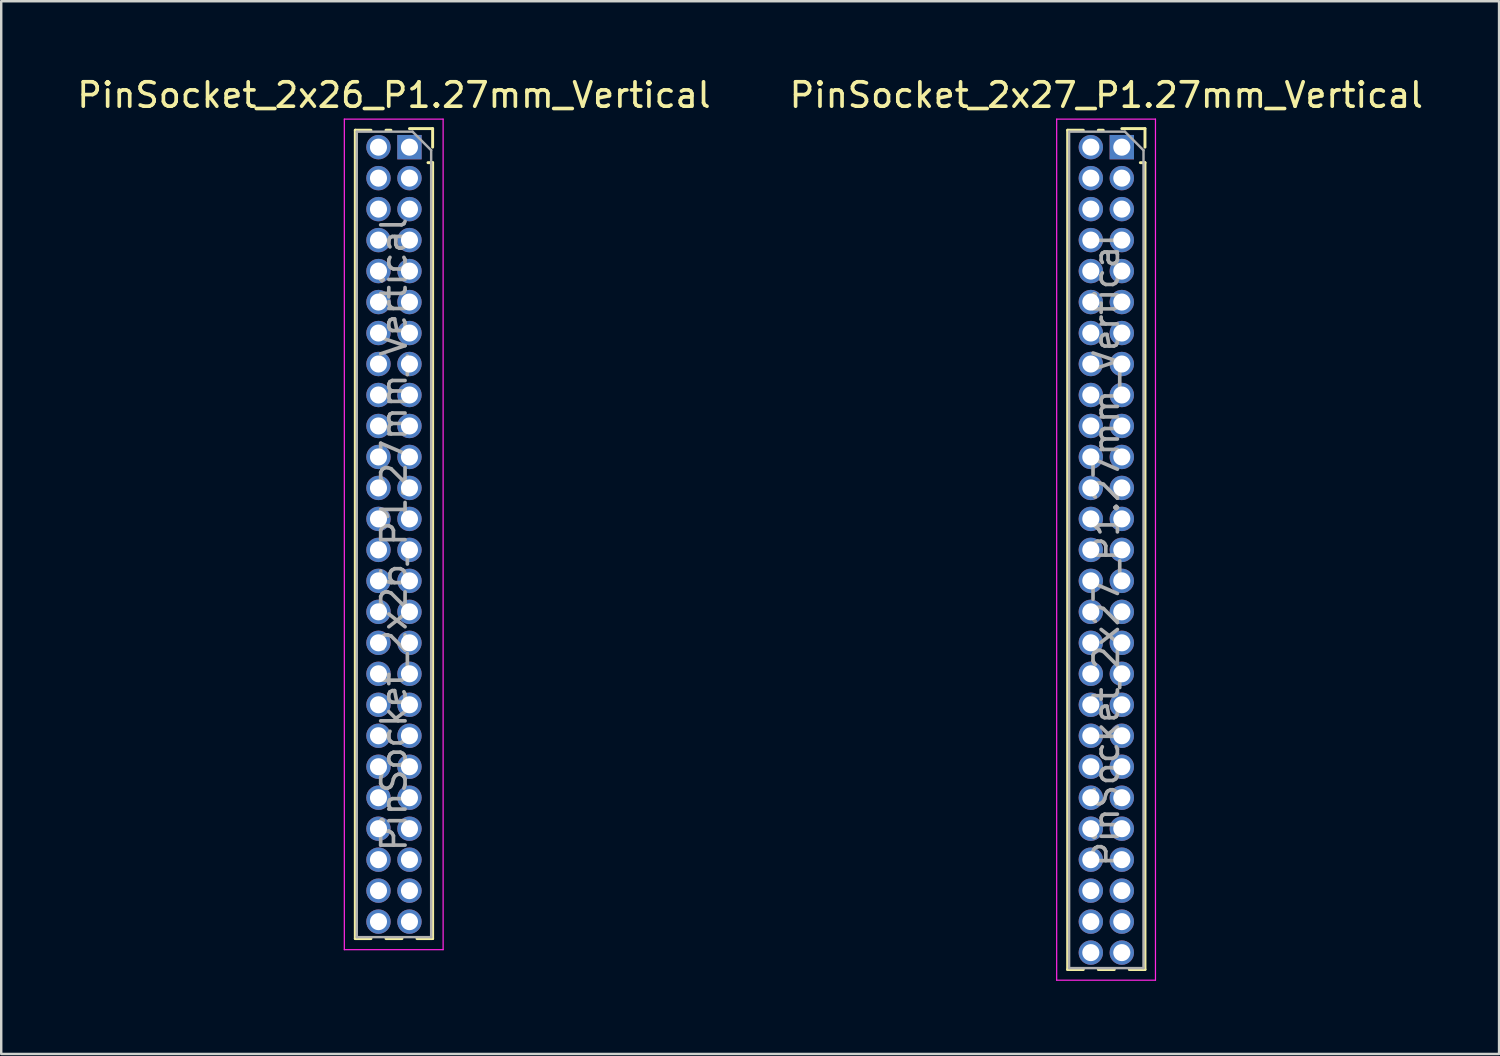
<source format=kicad_pcb>
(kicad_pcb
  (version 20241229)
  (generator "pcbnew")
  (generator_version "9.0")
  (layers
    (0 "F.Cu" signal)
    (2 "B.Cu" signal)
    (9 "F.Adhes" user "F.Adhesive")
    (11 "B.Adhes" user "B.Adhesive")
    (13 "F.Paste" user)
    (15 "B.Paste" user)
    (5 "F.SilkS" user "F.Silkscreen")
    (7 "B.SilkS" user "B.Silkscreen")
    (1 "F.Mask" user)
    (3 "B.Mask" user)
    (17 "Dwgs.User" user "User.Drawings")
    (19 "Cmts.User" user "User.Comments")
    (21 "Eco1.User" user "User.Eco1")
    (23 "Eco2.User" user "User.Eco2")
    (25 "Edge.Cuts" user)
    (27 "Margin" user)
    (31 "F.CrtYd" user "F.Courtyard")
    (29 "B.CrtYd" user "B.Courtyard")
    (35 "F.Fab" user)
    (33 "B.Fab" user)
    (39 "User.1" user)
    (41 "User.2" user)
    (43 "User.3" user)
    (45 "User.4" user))
  (footprint "PinSocket_2x26_P1.27mm_Vertical"
    (layer "F.Cu")
    (at 13.736 2.983)
    (property "Reference" "PinSocket_2x26_P1.27mm_Vertical" (at -0.635 -2.135 0) (layer "F.SilkS") (effects (font (size 1 1) (thickness 0.15))))
    (attr through_hole)
    (fp_line (start -2.22 -0.695) (end -2.22 32.445) (stroke (width 0.12) (type solid)) (layer "F.SilkS"))
    (fp_line (start -2.22 -0.695) (end -1.578 -0.695) (stroke (width 0.12) (type solid)) (layer "F.SilkS"))
    (fp_line (start -2.22 32.445) (end -1.578 32.445) (stroke (width 0.12) (type solid)) (layer "F.SilkS"))
    (fp_line (start -0.962 -0.695) (end -0.76 -0.695) (stroke (width 0.12) (type solid)) (layer "F.SilkS"))
    (fp_line (start -0.962 32.445) (end -0.308 32.445) (stroke (width 0.12) (type solid)) (layer "F.SilkS"))
    (fp_line (start 0 -0.76) (end 0.95 -0.76) (stroke (width 0.12) (type solid)) (layer "F.SilkS"))
    (fp_line (start 0.308 32.445) (end 0.95 32.445) (stroke (width 0.12) (type solid)) (layer "F.SilkS"))
    (fp_line (start 0.76 0.635) (end 0.95 0.635) (stroke (width 0.12) (type solid)) (layer "F.SilkS"))
    (fp_line (start 0.95 -0.76) (end 0.95 0) (stroke (width 0.12) (type solid)) (layer "F.SilkS"))
    (fp_line (start 0.95 0.635) (end 0.95 32.445) (stroke (width 0.12) (type solid)) (layer "F.SilkS"))
    (fp_line (start -2.67 -1.15) (end 1.38 -1.15) (stroke (width 0.05) (type solid)) (layer "F.CrtYd"))
    (fp_line (start -2.67 32.9) (end -2.67 -1.15) (stroke (width 0.05) (type solid)) (layer "F.CrtYd"))
    (fp_line (start 1.38 -1.15) (end 1.38 32.9) (stroke (width 0.05) (type solid)) (layer "F.CrtYd"))
    (fp_line (start 1.38 32.9) (end -2.67 32.9) (stroke (width 0.05) (type solid)) (layer "F.CrtYd"))
    (fp_line (start -2.16 -0.635) (end 0.128 -0.635) (stroke (width 0.1) (type solid)) (layer "F.Fab"))
    (fp_line (start -2.16 32.385) (end -2.16 -0.635) (stroke (width 0.1) (type solid)) (layer "F.Fab"))
    (fp_line (start 0.128 -0.635) (end 0.89 0.128) (stroke (width 0.1) (type solid)) (layer "F.Fab"))
    (fp_line (start 0.89 0.128) (end 0.89 32.385) (stroke (width 0.1) (type solid)) (layer "F.Fab"))
    (fp_line (start 0.89 32.385) (end -2.16 32.385) (stroke (width 0.1) (type solid)) (layer "F.Fab"))
    (fp_text user "${REFERENCE}" (at -0.635 15.875 90) (layer "F.Fab") (effects (font (size 1 1) (thickness 0.15))))
    (pad "1" thru_hole rect (at 0 0) (size 1 1) (drill 0.7) (layers "*.Cu" "*.Mask"))
    (pad "2" thru_hole oval (at -1.27 0) (size 1 1) (drill 0.7) (layers "*.Cu" "*.Mask"))
    (pad "3" thru_hole oval (at 0 1.27) (size 1 1) (drill 0.7) (layers "*.Cu" "*.Mask"))
    (pad "4" thru_hole oval (at -1.27 1.27) (size 1 1) (drill 0.7) (layers "*.Cu" "*.Mask"))
    (pad "5" thru_hole oval (at 0 2.54) (size 1 1) (drill 0.7) (layers "*.Cu" "*.Mask"))
    (pad "6" thru_hole oval (at -1.27 2.54) (size 1 1) (drill 0.7) (layers "*.Cu" "*.Mask"))
    (pad "7" thru_hole oval (at 0 3.81) (size 1 1) (drill 0.7) (layers "*.Cu" "*.Mask"))
    (pad "8" thru_hole oval (at -1.27 3.81) (size 1 1) (drill 0.7) (layers "*.Cu" "*.Mask"))
    (pad "9" thru_hole oval (at 0 5.08) (size 1 1) (drill 0.7) (layers "*.Cu" "*.Mask"))
    (pad "10" thru_hole oval (at -1.27 5.08) (size 1 1) (drill 0.7) (layers "*.Cu" "*.Mask"))
    (pad "11" thru_hole oval (at 0 6.35) (size 1 1) (drill 0.7) (layers "*.Cu" "*.Mask"))
    (pad "12" thru_hole oval (at -1.27 6.35) (size 1 1) (drill 0.7) (layers "*.Cu" "*.Mask"))
    (pad "13" thru_hole oval (at 0 7.62) (size 1 1) (drill 0.7) (layers "*.Cu" "*.Mask"))
    (pad "14" thru_hole oval (at -1.27 7.62) (size 1 1) (drill 0.7) (layers "*.Cu" "*.Mask"))
    (pad "15" thru_hole oval (at 0 8.89) (size 1 1) (drill 0.7) (layers "*.Cu" "*.Mask"))
    (pad "16" thru_hole oval (at -1.27 8.89) (size 1 1) (drill 0.7) (layers "*.Cu" "*.Mask"))
    (pad "17" thru_hole oval (at 0 10.16) (size 1 1) (drill 0.7) (layers "*.Cu" "*.Mask"))
    (pad "18" thru_hole oval (at -1.27 10.16) (size 1 1) (drill 0.7) (layers "*.Cu" "*.Mask"))
    (pad "19" thru_hole oval (at 0 11.43) (size 1 1) (drill 0.7) (layers "*.Cu" "*.Mask"))
    (pad "20" thru_hole oval (at -1.27 11.43) (size 1 1) (drill 0.7) (layers "*.Cu" "*.Mask"))
    (pad "21" thru_hole oval (at 0 12.7) (size 1 1) (drill 0.7) (layers "*.Cu" "*.Mask"))
    (pad "22" thru_hole oval (at -1.27 12.7) (size 1 1) (drill 0.7) (layers "*.Cu" "*.Mask"))
    (pad "23" thru_hole oval (at 0 13.97) (size 1 1) (drill 0.7) (layers "*.Cu" "*.Mask"))
    (pad "24" thru_hole oval (at -1.27 13.97) (size 1 1) (drill 0.7) (layers "*.Cu" "*.Mask"))
    (pad "25" thru_hole oval (at 0 15.24) (size 1 1) (drill 0.7) (layers "*.Cu" "*.Mask"))
    (pad "26" thru_hole oval (at -1.27 15.24) (size 1 1) (drill 0.7) (layers "*.Cu" "*.Mask"))
    (pad "27" thru_hole oval (at 0 16.51) (size 1 1) (drill 0.7) (layers "*.Cu" "*.Mask"))
    (pad "28" thru_hole oval (at -1.27 16.51) (size 1 1) (drill 0.7) (layers "*.Cu" "*.Mask"))
    (pad "29" thru_hole oval (at 0 17.78) (size 1 1) (drill 0.7) (layers "*.Cu" "*.Mask"))
    (pad "30" thru_hole oval (at -1.27 17.78) (size 1 1) (drill 0.7) (layers "*.Cu" "*.Mask"))
    (pad "31" thru_hole oval (at 0 19.05) (size 1 1) (drill 0.7) (layers "*.Cu" "*.Mask"))
    (pad "32" thru_hole oval (at -1.27 19.05) (size 1 1) (drill 0.7) (layers "*.Cu" "*.Mask"))
    (pad "33" thru_hole oval (at 0 20.32) (size 1 1) (drill 0.7) (layers "*.Cu" "*.Mask"))
    (pad "34" thru_hole oval (at -1.27 20.32) (size 1 1) (drill 0.7) (layers "*.Cu" "*.Mask"))
    (pad "35" thru_hole oval (at 0 21.59) (size 1 1) (drill 0.7) (layers "*.Cu" "*.Mask"))
    (pad "36" thru_hole oval (at -1.27 21.59) (size 1 1) (drill 0.7) (layers "*.Cu" "*.Mask"))
    (pad "37" thru_hole oval (at 0 22.86) (size 1 1) (drill 0.7) (layers "*.Cu" "*.Mask"))
    (pad "38" thru_hole oval (at -1.27 22.86) (size 1 1) (drill 0.7) (layers "*.Cu" "*.Mask"))
    (pad "39" thru_hole oval (at 0 24.13) (size 1 1) (drill 0.7) (layers "*.Cu" "*.Mask"))
    (pad "40" thru_hole oval (at -1.27 24.13) (size 1 1) (drill 0.7) (layers "*.Cu" "*.Mask"))
    (pad "41" thru_hole oval (at 0 25.4) (size 1 1) (drill 0.7) (layers "*.Cu" "*.Mask"))
    (pad "42" thru_hole oval (at -1.27 25.4) (size 1 1) (drill 0.7) (layers "*.Cu" "*.Mask"))
    (pad "43" thru_hole oval (at 0 26.67) (size 1 1) (drill 0.7) (layers "*.Cu" "*.Mask"))
    (pad "44" thru_hole oval (at -1.27 26.67) (size 1 1) (drill 0.7) (layers "*.Cu" "*.Mask"))
    (pad "45" thru_hole oval (at 0 27.94) (size 1 1) (drill 0.7) (layers "*.Cu" "*.Mask"))
    (pad "46" thru_hole oval (at -1.27 27.94) (size 1 1) (drill 0.7) (layers "*.Cu" "*.Mask"))
    (pad "47" thru_hole oval (at 0 29.21) (size 1 1) (drill 0.7) (layers "*.Cu" "*.Mask"))
    (pad "48" thru_hole oval (at -1.27 29.21) (size 1 1) (drill 0.7) (layers "*.Cu" "*.Mask"))
    (pad "49" thru_hole oval (at 0 30.48) (size 1 1) (drill 0.7) (layers "*.Cu" "*.Mask"))
    (pad "50" thru_hole oval (at -1.27 30.48) (size 1 1) (drill 0.7) (layers "*.Cu" "*.Mask"))
    (pad "51" thru_hole oval (at 0 31.75) (size 1 1) (drill 0.7) (layers "*.Cu" "*.Mask"))
    (pad "52" thru_hole oval (at -1.27 31.75) (size 1 1) (drill 0.7) (layers "*.Cu" "*.Mask")))
  (footprint "PinSocket_2x27_P1.27mm_Vertical"
    (layer "F.Cu")
    (at 42.939 2.983)
    (property "Reference" "PinSocket_2x27_P1.27mm_Vertical" (at -0.635 -2.135 0) (layer "F.SilkS") (effects (font (size 1 1) (thickness 0.15))))
    (attr through_hole)
    (fp_line (start -2.22 -0.695) (end -2.22 33.715) (stroke (width 0.12) (type solid)) (layer "F.SilkS"))
    (fp_line (start -2.22 -0.695) (end -1.578 -0.695) (stroke (width 0.12) (type solid)) (layer "F.SilkS"))
    (fp_line (start -2.22 33.715) (end -1.578 33.715) (stroke (width 0.12) (type solid)) (layer "F.SilkS"))
    (fp_line (start -0.962 -0.695) (end -0.76 -0.695) (stroke (width 0.12) (type solid)) (layer "F.SilkS"))
    (fp_line (start -0.962 33.715) (end -0.308 33.715) (stroke (width 0.12) (type solid)) (layer "F.SilkS"))
    (fp_line (start 0 -0.76) (end 0.95 -0.76) (stroke (width 0.12) (type solid)) (layer "F.SilkS"))
    (fp_line (start 0.308 33.715) (end 0.95 33.715) (stroke (width 0.12) (type solid)) (layer "F.SilkS"))
    (fp_line (start 0.76 0.635) (end 0.95 0.635) (stroke (width 0.12) (type solid)) (layer "F.SilkS"))
    (fp_line (start 0.95 -0.76) (end 0.95 0) (stroke (width 0.12) (type solid)) (layer "F.SilkS"))
    (fp_line (start 0.95 0.635) (end 0.95 33.715) (stroke (width 0.12) (type solid)) (layer "F.SilkS"))
    (fp_line (start -2.67 -1.15) (end 1.38 -1.15) (stroke (width 0.05) (type solid)) (layer "F.CrtYd"))
    (fp_line (start -2.67 34.15) (end -2.67 -1.15) (stroke (width 0.05) (type solid)) (layer "F.CrtYd"))
    (fp_line (start 1.38 -1.15) (end 1.38 34.15) (stroke (width 0.05) (type solid)) (layer "F.CrtYd"))
    (fp_line (start 1.38 34.15) (end -2.67 34.15) (stroke (width 0.05) (type solid)) (layer "F.CrtYd"))
    (fp_line (start -2.16 -0.635) (end 0.128 -0.635) (stroke (width 0.1) (type solid)) (layer "F.Fab"))
    (fp_line (start -2.16 33.655) (end -2.16 -0.635) (stroke (width 0.1) (type solid)) (layer "F.Fab"))
    (fp_line (start 0.128 -0.635) (end 0.89 0.128) (stroke (width 0.1) (type solid)) (layer "F.Fab"))
    (fp_line (start 0.89 0.128) (end 0.89 33.655) (stroke (width 0.1) (type solid)) (layer "F.Fab"))
    (fp_line (start 0.89 33.655) (end -2.16 33.655) (stroke (width 0.1) (type solid)) (layer "F.Fab"))
    (fp_text user "${REFERENCE}" (at -0.635 16.51 90) (layer "F.Fab") (effects (font (size 1 1) (thickness 0.15))))
    (pad "1" thru_hole rect (at 0 0) (size 1 1) (drill 0.7) (layers "*.Cu" "*.Mask"))
    (pad "2" thru_hole oval (at -1.27 0) (size 1 1) (drill 0.7) (layers "*.Cu" "*.Mask"))
    (pad "3" thru_hole oval (at 0 1.27) (size 1 1) (drill 0.7) (layers "*.Cu" "*.Mask"))
    (pad "4" thru_hole oval (at -1.27 1.27) (size 1 1) (drill 0.7) (layers "*.Cu" "*.Mask"))
    (pad "5" thru_hole oval (at 0 2.54) (size 1 1) (drill 0.7) (layers "*.Cu" "*.Mask"))
    (pad "6" thru_hole oval (at -1.27 2.54) (size 1 1) (drill 0.7) (layers "*.Cu" "*.Mask"))
    (pad "7" thru_hole oval (at 0 3.81) (size 1 1) (drill 0.7) (layers "*.Cu" "*.Mask"))
    (pad "8" thru_hole oval (at -1.27 3.81) (size 1 1) (drill 0.7) (layers "*.Cu" "*.Mask"))
    (pad "9" thru_hole oval (at 0 5.08) (size 1 1) (drill 0.7) (layers "*.Cu" "*.Mask"))
    (pad "10" thru_hole oval (at -1.27 5.08) (size 1 1) (drill 0.7) (layers "*.Cu" "*.Mask"))
    (pad "11" thru_hole oval (at 0 6.35) (size 1 1) (drill 0.7) (layers "*.Cu" "*.Mask"))
    (pad "12" thru_hole oval (at -1.27 6.35) (size 1 1) (drill 0.7) (layers "*.Cu" "*.Mask"))
    (pad "13" thru_hole oval (at 0 7.62) (size 1 1) (drill 0.7) (layers "*.Cu" "*.Mask"))
    (pad "14" thru_hole oval (at -1.27 7.62) (size 1 1) (drill 0.7) (layers "*.Cu" "*.Mask"))
    (pad "15" thru_hole oval (at 0 8.89) (size 1 1) (drill 0.7) (layers "*.Cu" "*.Mask"))
    (pad "16" thru_hole oval (at -1.27 8.89) (size 1 1) (drill 0.7) (layers "*.Cu" "*.Mask"))
    (pad "17" thru_hole oval (at 0 10.16) (size 1 1) (drill 0.7) (layers "*.Cu" "*.Mask"))
    (pad "18" thru_hole oval (at -1.27 10.16) (size 1 1) (drill 0.7) (layers "*.Cu" "*.Mask"))
    (pad "19" thru_hole oval (at 0 11.43) (size 1 1) (drill 0.7) (layers "*.Cu" "*.Mask"))
    (pad "20" thru_hole oval (at -1.27 11.43) (size 1 1) (drill 0.7) (layers "*.Cu" "*.Mask"))
    (pad "21" thru_hole oval (at 0 12.7) (size 1 1) (drill 0.7) (layers "*.Cu" "*.Mask"))
    (pad "22" thru_hole oval (at -1.27 12.7) (size 1 1) (drill 0.7) (layers "*.Cu" "*.Mask"))
    (pad "23" thru_hole oval (at 0 13.97) (size 1 1) (drill 0.7) (layers "*.Cu" "*.Mask"))
    (pad "24" thru_hole oval (at -1.27 13.97) (size 1 1) (drill 0.7) (layers "*.Cu" "*.Mask"))
    (pad "25" thru_hole oval (at 0 15.24) (size 1 1) (drill 0.7) (layers "*.Cu" "*.Mask"))
    (pad "26" thru_hole oval (at -1.27 15.24) (size 1 1) (drill 0.7) (layers "*.Cu" "*.Mask"))
    (pad "27" thru_hole oval (at 0 16.51) (size 1 1) (drill 0.7) (layers "*.Cu" "*.Mask"))
    (pad "28" thru_hole oval (at -1.27 16.51) (size 1 1) (drill 0.7) (layers "*.Cu" "*.Mask"))
    (pad "29" thru_hole oval (at 0 17.78) (size 1 1) (drill 0.7) (layers "*.Cu" "*.Mask"))
    (pad "30" thru_hole oval (at -1.27 17.78) (size 1 1) (drill 0.7) (layers "*.Cu" "*.Mask"))
    (pad "31" thru_hole oval (at 0 19.05) (size 1 1) (drill 0.7) (layers "*.Cu" "*.Mask"))
    (pad "32" thru_hole oval (at -1.27 19.05) (size 1 1) (drill 0.7) (layers "*.Cu" "*.Mask"))
    (pad "33" thru_hole oval (at 0 20.32) (size 1 1) (drill 0.7) (layers "*.Cu" "*.Mask"))
    (pad "34" thru_hole oval (at -1.27 20.32) (size 1 1) (drill 0.7) (layers "*.Cu" "*.Mask"))
    (pad "35" thru_hole oval (at 0 21.59) (size 1 1) (drill 0.7) (layers "*.Cu" "*.Mask"))
    (pad "36" thru_hole oval (at -1.27 21.59) (size 1 1) (drill 0.7) (layers "*.Cu" "*.Mask"))
    (pad "37" thru_hole oval (at 0 22.86) (size 1 1) (drill 0.7) (layers "*.Cu" "*.Mask"))
    (pad "38" thru_hole oval (at -1.27 22.86) (size 1 1) (drill 0.7) (layers "*.Cu" "*.Mask"))
    (pad "39" thru_hole oval (at 0 24.13) (size 1 1) (drill 0.7) (layers "*.Cu" "*.Mask"))
    (pad "40" thru_hole oval (at -1.27 24.13) (size 1 1) (drill 0.7) (layers "*.Cu" "*.Mask"))
    (pad "41" thru_hole oval (at 0 25.4) (size 1 1) (drill 0.7) (layers "*.Cu" "*.Mask"))
    (pad "42" thru_hole oval (at -1.27 25.4) (size 1 1) (drill 0.7) (layers "*.Cu" "*.Mask"))
    (pad "43" thru_hole oval (at 0 26.67) (size 1 1) (drill 0.7) (layers "*.Cu" "*.Mask"))
    (pad "44" thru_hole oval (at -1.27 26.67) (size 1 1) (drill 0.7) (layers "*.Cu" "*.Mask"))
    (pad "45" thru_hole oval (at 0 27.94) (size 1 1) (drill 0.7) (layers "*.Cu" "*.Mask"))
    (pad "46" thru_hole oval (at -1.27 27.94) (size 1 1) (drill 0.7) (layers "*.Cu" "*.Mask"))
    (pad "47" thru_hole oval (at 0 29.21) (size 1 1) (drill 0.7) (layers "*.Cu" "*.Mask"))
    (pad "48" thru_hole oval (at -1.27 29.21) (size 1 1) (drill 0.7) (layers "*.Cu" "*.Mask"))
    (pad "49" thru_hole oval (at 0 30.48) (size 1 1) (drill 0.7) (layers "*.Cu" "*.Mask"))
    (pad "50" thru_hole oval (at -1.27 30.48) (size 1 1) (drill 0.7) (layers "*.Cu" "*.Mask"))
    (pad "51" thru_hole oval (at 0 31.75) (size 1 1) (drill 0.7) (layers "*.Cu" "*.Mask"))
    (pad "52" thru_hole oval (at -1.27 31.75) (size 1 1) (drill 0.7) (layers "*.Cu" "*.Mask"))
    (pad "53" thru_hole oval (at 0 33.02) (size 1 1) (drill 0.7) (layers "*.Cu" "*.Mask"))
    (pad "54" thru_hole oval (at -1.27 33.02) (size 1 1) (drill 0.7) (layers "*.Cu" "*.Mask")))
  (gr_rect
    (start -3 -3)
    (end 58.405 40.158)
    (stroke (width 0.1) (type default))
    (fill no)
    (layer "Edge.Cuts")))
</source>
